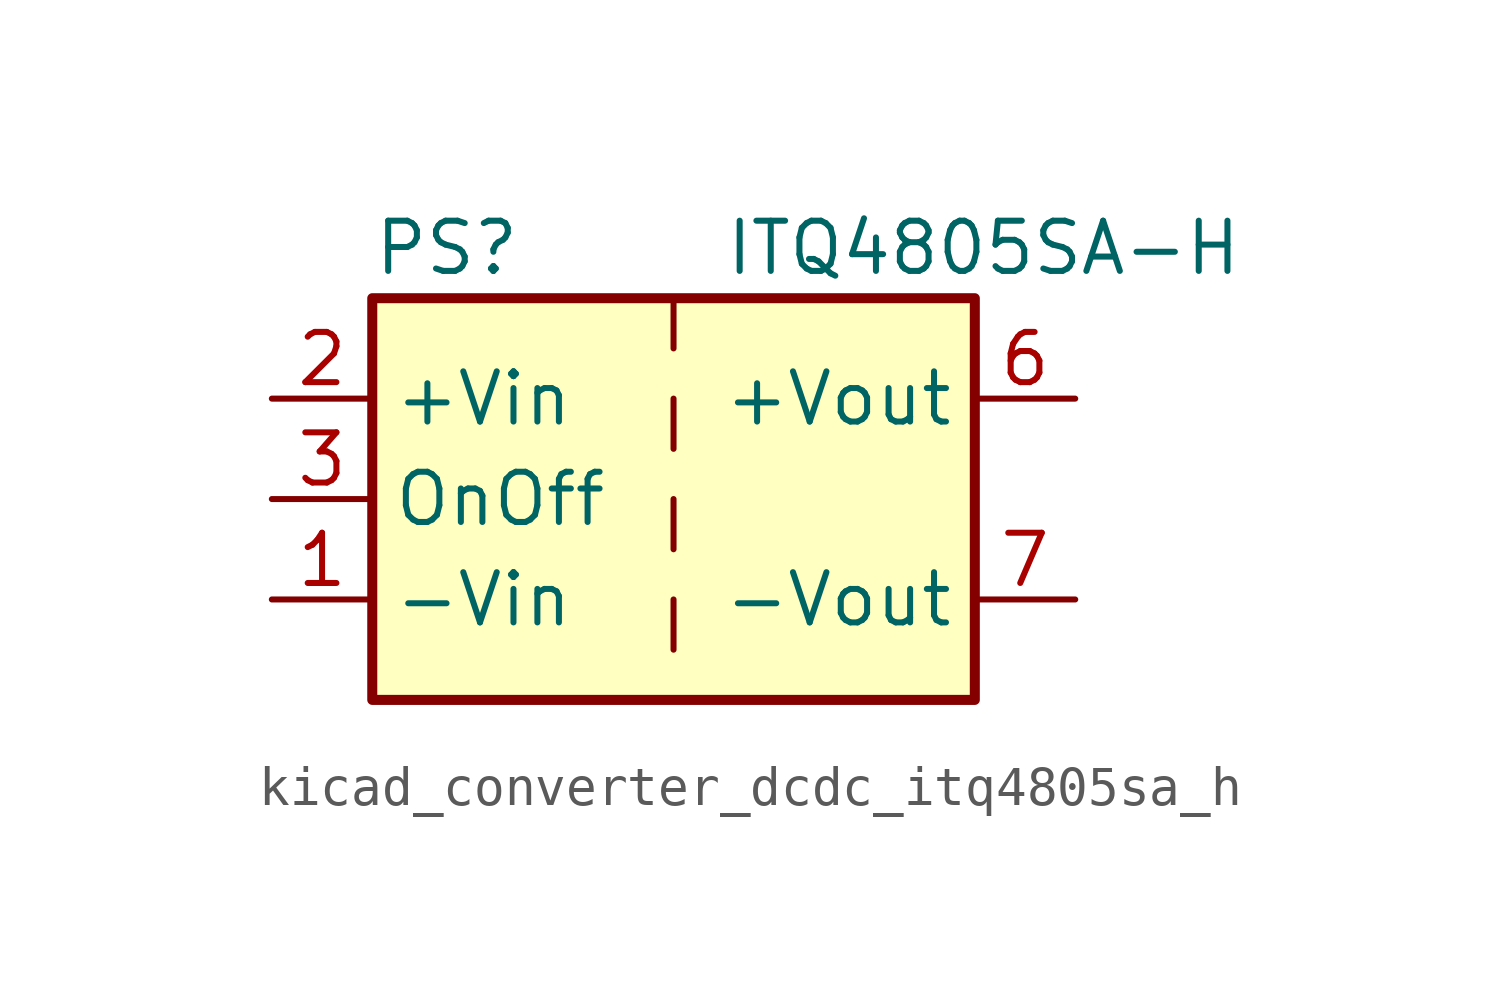
<source format=kicad_sym>
(kicad_symbol_lib
  (version 20220914)
  (generator kicad_symbol_editor)
  (symbol "kicad_converter_dcdc_itq4805sa_h"
    (property "Reference" "PS"
      (at -7.62 6.35 0)
      (effects (font (size 1.27 1.27)) (justify left)))
    (property "Value" "ITQ4805SA-H"
      (at 1.27 6.35 0)
      (effects (font (size 1.27 1.27)) (justify left)))
    (symbol "kicad_converter_dcdc_itq4805sa_h_0_0"
      (pin power_in line (at -10.16 -2.54 0) (length 2.54) (name "-Vin" (effects (font (size 1.27 1.27)))) (number "1" (effects (font (size 1.27 1.27)))))
      (pin power_in line (at -10.16 2.54 0) (length 2.54) (name "+Vin" (effects (font (size 1.27 1.27)))) (number "2" (effects (font (size 1.27 1.27)))))
      (pin input line (at -10.16 0 0) (length 2.54) (name "OnOff" (effects (font (size 1.27 1.27)))) (number "3" (effects (font (size 1.27 1.27)))))
      (pin power_out line (at 10.16 2.54 180) (length 2.54) (name "+Vout" (effects (font (size 1.27 1.27)))) (number "6" (effects (font (size 1.27 1.27)))))
      (pin power_out line (at 10.16 -2.54 180) (length 2.54) (name "-Vout" (effects (font (size 1.27 1.27)))) (number "7" (effects (font (size 1.27 1.27)))))
      (pin no_connect line (at 7.62 0 180) (length 2.54) hide (name "NC" (effects (font (size 1.27 1.27)))) (number "8" (effects (font (size 1.27 1.27))))))
    (symbol "kicad_converter_dcdc_itq4805sa_h_0_1"
      (rectangle (start -7.62 5.08) (end 7.62 -5.08) (stroke (width 0.254) (type default)) (fill (type background)))
      (polyline (pts (xy 0 -2.54) (xy 0 -3.81)) (stroke (width 0) (type default)) (fill (type none)))
      (polyline (pts (xy 0 0) (xy 0 -1.27)) (stroke (width 0) (type default)) (fill (type none)))
      (polyline (pts (xy 0 2.54) (xy 0 1.27)) (stroke (width 0) (type default)) (fill (type none)))
      (polyline (pts (xy 0 5.08) (xy 0 3.81)) (stroke (width 0) (type default)) (fill (type none))))))
</source>
